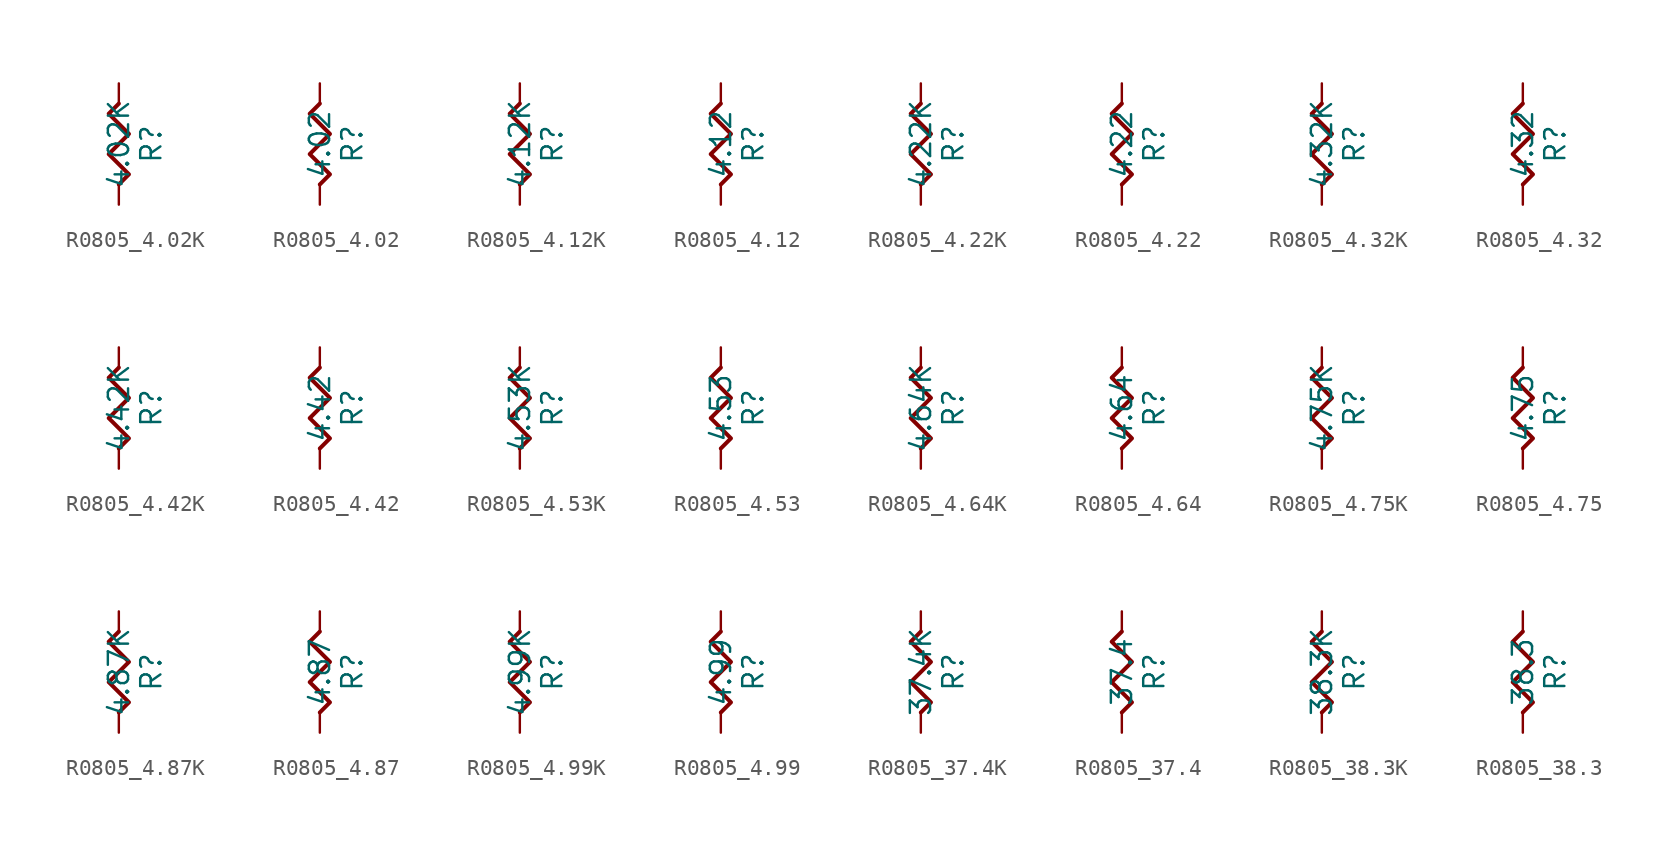
<source format=kicad_sym>
(kicad_symbol_lib
  (version 20211014)
  (generator atlantix-eda)
  (symbol "R0805_4.02K"
    (pin_numbers hide)
    (pin_names
      (offset 0))
    (property "Reference" "R"
      (at 2.032 0 90)
      (effects (font (size 1.27 1.27))))
    (property "Value" "4.02K"
      (at 0 0 90)
      (effects (font (size 1.27 1.27))))
    (symbol "R0805_4.02K_0_1"
      (polyline (pts (xy 0 -2.54) (xy 0.635 -1.905) (xy -0.635 -0.635) (xy 0.635 0.635) (xy -0.635 1.905) (xy 0 2.54)) (stroke (width 0.254) (type default) (color 0 0 0 0)) (fill (type none))))
    (symbol "R0805_4.02K_1_1"
      (pin passive line (at 0 3.81 270) (length 1.27) (name "~" (effects (font (size 1.27 1.27)))) (number "1" (effects (font (size 1.27 1.27)))))
      (pin passive line (at 0 -3.81 90) (length 1.27) (name "~" (effects (font (size 1.27 1.27)))) (number "2" (effects (font (size 1.27 1.27)))))))
  (symbol "R0805_4.02"
    (pin_numbers hide)
    (pin_names
      (offset 0))
    (property "Reference" "R"
      (at 2.032 0 90)
      (effects (font (size 1.27 1.27))))
    (property "Value" "4.02"
      (at 0 0 90)
      (effects (font (size 1.27 1.27))))
    (symbol "R0805_4.02_0_1"
      (polyline (pts (xy 0 -2.54) (xy 0.635 -1.905) (xy -0.635 -0.635) (xy 0.635 0.635) (xy -0.635 1.905) (xy 0 2.54)) (stroke (width 0.254) (type default) (color 0 0 0 0)) (fill (type none))))
    (symbol "R0805_4.02_1_1"
      (pin passive line (at 0 3.81 270) (length 1.27) (name "~" (effects (font (size 1.27 1.27)))) (number "1" (effects (font (size 1.27 1.27)))))
      (pin passive line (at 0 -3.81 90) (length 1.27) (name "~" (effects (font (size 1.27 1.27)))) (number "2" (effects (font (size 1.27 1.27)))))))
  (symbol "R0805_4.12K"
    (pin_numbers hide)
    (pin_names
      (offset 0))
    (property "Reference" "R"
      (at 2.032 0 90)
      (effects (font (size 1.27 1.27))))
    (property "Value" "4.12K"
      (at 0 0 90)
      (effects (font (size 1.27 1.27))))
    (symbol "R0805_4.12K_0_1"
      (polyline (pts (xy 0 -2.54) (xy 0.635 -1.905) (xy -0.635 -0.635) (xy 0.635 0.635) (xy -0.635 1.905) (xy 0 2.54)) (stroke (width 0.254) (type default) (color 0 0 0 0)) (fill (type none))))
    (symbol "R0805_4.12K_1_1"
      (pin passive line (at 0 3.81 270) (length 1.27) (name "~" (effects (font (size 1.27 1.27)))) (number "1" (effects (font (size 1.27 1.27)))))
      (pin passive line (at 0 -3.81 90) (length 1.27) (name "~" (effects (font (size 1.27 1.27)))) (number "2" (effects (font (size 1.27 1.27)))))))
  (symbol "R0805_4.12"
    (pin_numbers hide)
    (pin_names
      (offset 0))
    (property "Reference" "R"
      (at 2.032 0 90)
      (effects (font (size 1.27 1.27))))
    (property "Value" "4.12"
      (at 0 0 90)
      (effects (font (size 1.27 1.27))))
    (symbol "R0805_4.12_0_1"
      (polyline (pts (xy 0 -2.54) (xy 0.635 -1.905) (xy -0.635 -0.635) (xy 0.635 0.635) (xy -0.635 1.905) (xy 0 2.54)) (stroke (width 0.254) (type default) (color 0 0 0 0)) (fill (type none))))
    (symbol "R0805_4.12_1_1"
      (pin passive line (at 0 3.81 270) (length 1.27) (name "~" (effects (font (size 1.27 1.27)))) (number "1" (effects (font (size 1.27 1.27)))))
      (pin passive line (at 0 -3.81 90) (length 1.27) (name "~" (effects (font (size 1.27 1.27)))) (number "2" (effects (font (size 1.27 1.27)))))))
  (symbol "R0805_4.22K"
    (pin_numbers hide)
    (pin_names
      (offset 0))
    (property "Reference" "R"
      (at 2.032 0 90)
      (effects (font (size 1.27 1.27))))
    (property "Value" "4.22K"
      (at 0 0 90)
      (effects (font (size 1.27 1.27))))
    (symbol "R0805_4.22K_0_1"
      (polyline (pts (xy 0 -2.54) (xy 0.635 -1.905) (xy -0.635 -0.635) (xy 0.635 0.635) (xy -0.635 1.905) (xy 0 2.54)) (stroke (width 0.254) (type default) (color 0 0 0 0)) (fill (type none))))
    (symbol "R0805_4.22K_1_1"
      (pin passive line (at 0 3.81 270) (length 1.27) (name "~" (effects (font (size 1.27 1.27)))) (number "1" (effects (font (size 1.27 1.27)))))
      (pin passive line (at 0 -3.81 90) (length 1.27) (name "~" (effects (font (size 1.27 1.27)))) (number "2" (effects (font (size 1.27 1.27)))))))
  (symbol "R0805_4.22"
    (pin_numbers hide)
    (pin_names
      (offset 0))
    (property "Reference" "R"
      (at 2.032 0 90)
      (effects (font (size 1.27 1.27))))
    (property "Value" "4.22"
      (at 0 0 90)
      (effects (font (size 1.27 1.27))))
    (symbol "R0805_4.22_0_1"
      (polyline (pts (xy 0 -2.54) (xy 0.635 -1.905) (xy -0.635 -0.635) (xy 0.635 0.635) (xy -0.635 1.905) (xy 0 2.54)) (stroke (width 0.254) (type default) (color 0 0 0 0)) (fill (type none))))
    (symbol "R0805_4.22_1_1"
      (pin passive line (at 0 3.81 270) (length 1.27) (name "~" (effects (font (size 1.27 1.27)))) (number "1" (effects (font (size 1.27 1.27)))))
      (pin passive line (at 0 -3.81 90) (length 1.27) (name "~" (effects (font (size 1.27 1.27)))) (number "2" (effects (font (size 1.27 1.27)))))))
  (symbol "R0805_4.32K"
    (pin_numbers hide)
    (pin_names
      (offset 0))
    (property "Reference" "R"
      (at 2.032 0 90)
      (effects (font (size 1.27 1.27))))
    (property "Value" "4.32K"
      (at 0 0 90)
      (effects (font (size 1.27 1.27))))
    (symbol "R0805_4.32K_0_1"
      (polyline (pts (xy 0 -2.54) (xy 0.635 -1.905) (xy -0.635 -0.635) (xy 0.635 0.635) (xy -0.635 1.905) (xy 0 2.54)) (stroke (width 0.254) (type default) (color 0 0 0 0)) (fill (type none))))
    (symbol "R0805_4.32K_1_1"
      (pin passive line (at 0 3.81 270) (length 1.27) (name "~" (effects (font (size 1.27 1.27)))) (number "1" (effects (font (size 1.27 1.27)))))
      (pin passive line (at 0 -3.81 90) (length 1.27) (name "~" (effects (font (size 1.27 1.27)))) (number "2" (effects (font (size 1.27 1.27)))))))
  (symbol "R0805_4.32"
    (pin_numbers hide)
    (pin_names
      (offset 0))
    (property "Reference" "R"
      (at 2.032 0 90)
      (effects (font (size 1.27 1.27))))
    (property "Value" "4.32"
      (at 0 0 90)
      (effects (font (size 1.27 1.27))))
    (symbol "R0805_4.32_0_1"
      (polyline (pts (xy 0 -2.54) (xy 0.635 -1.905) (xy -0.635 -0.635) (xy 0.635 0.635) (xy -0.635 1.905) (xy 0 2.54)) (stroke (width 0.254) (type default) (color 0 0 0 0)) (fill (type none))))
    (symbol "R0805_4.32_1_1"
      (pin passive line (at 0 3.81 270) (length 1.27) (name "~" (effects (font (size 1.27 1.27)))) (number "1" (effects (font (size 1.27 1.27)))))
      (pin passive line (at 0 -3.81 90) (length 1.27) (name "~" (effects (font (size 1.27 1.27)))) (number "2" (effects (font (size 1.27 1.27)))))))
  (symbol "R0805_4.42K"
    (pin_numbers hide)
    (pin_names
      (offset 0))
    (property "Reference" "R"
      (at 2.032 0 90)
      (effects (font (size 1.27 1.27))))
    (property "Value" "4.42K"
      (at 0 0 90)
      (effects (font (size 1.27 1.27))))
    (symbol "R0805_4.42K_0_1"
      (polyline (pts (xy 0 -2.54) (xy 0.635 -1.905) (xy -0.635 -0.635) (xy 0.635 0.635) (xy -0.635 1.905) (xy 0 2.54)) (stroke (width 0.254) (type default) (color 0 0 0 0)) (fill (type none))))
    (symbol "R0805_4.42K_1_1"
      (pin passive line (at 0 3.81 270) (length 1.27) (name "~" (effects (font (size 1.27 1.27)))) (number "1" (effects (font (size 1.27 1.27)))))
      (pin passive line (at 0 -3.81 90) (length 1.27) (name "~" (effects (font (size 1.27 1.27)))) (number "2" (effects (font (size 1.27 1.27)))))))
  (symbol "R0805_4.42"
    (pin_numbers hide)
    (pin_names
      (offset 0))
    (property "Reference" "R"
      (at 2.032 0 90)
      (effects (font (size 1.27 1.27))))
    (property "Value" "4.42"
      (at 0 0 90)
      (effects (font (size 1.27 1.27))))
    (symbol "R0805_4.42_0_1"
      (polyline (pts (xy 0 -2.54) (xy 0.635 -1.905) (xy -0.635 -0.635) (xy 0.635 0.635) (xy -0.635 1.905) (xy 0 2.54)) (stroke (width 0.254) (type default) (color 0 0 0 0)) (fill (type none))))
    (symbol "R0805_4.42_1_1"
      (pin passive line (at 0 3.81 270) (length 1.27) (name "~" (effects (font (size 1.27 1.27)))) (number "1" (effects (font (size 1.27 1.27)))))
      (pin passive line (at 0 -3.81 90) (length 1.27) (name "~" (effects (font (size 1.27 1.27)))) (number "2" (effects (font (size 1.27 1.27)))))))
  (symbol "R0805_4.53K"
    (pin_numbers hide)
    (pin_names
      (offset 0))
    (property "Reference" "R"
      (at 2.032 0 90)
      (effects (font (size 1.27 1.27))))
    (property "Value" "4.53K"
      (at 0 0 90)
      (effects (font (size 1.27 1.27))))
    (symbol "R0805_4.53K_0_1"
      (polyline (pts (xy 0 -2.54) (xy 0.635 -1.905) (xy -0.635 -0.635) (xy 0.635 0.635) (xy -0.635 1.905) (xy 0 2.54)) (stroke (width 0.254) (type default) (color 0 0 0 0)) (fill (type none))))
    (symbol "R0805_4.53K_1_1"
      (pin passive line (at 0 3.81 270) (length 1.27) (name "~" (effects (font (size 1.27 1.27)))) (number "1" (effects (font (size 1.27 1.27)))))
      (pin passive line (at 0 -3.81 90) (length 1.27) (name "~" (effects (font (size 1.27 1.27)))) (number "2" (effects (font (size 1.27 1.27)))))))
  (symbol "R0805_4.53"
    (pin_numbers hide)
    (pin_names
      (offset 0))
    (property "Reference" "R"
      (at 2.032 0 90)
      (effects (font (size 1.27 1.27))))
    (property "Value" "4.53"
      (at 0 0 90)
      (effects (font (size 1.27 1.27))))
    (symbol "R0805_4.53_0_1"
      (polyline (pts (xy 0 -2.54) (xy 0.635 -1.905) (xy -0.635 -0.635) (xy 0.635 0.635) (xy -0.635 1.905) (xy 0 2.54)) (stroke (width 0.254) (type default) (color 0 0 0 0)) (fill (type none))))
    (symbol "R0805_4.53_1_1"
      (pin passive line (at 0 3.81 270) (length 1.27) (name "~" (effects (font (size 1.27 1.27)))) (number "1" (effects (font (size 1.27 1.27)))))
      (pin passive line (at 0 -3.81 90) (length 1.27) (name "~" (effects (font (size 1.27 1.27)))) (number "2" (effects (font (size 1.27 1.27)))))))
  (symbol "R0805_4.64K"
    (pin_numbers hide)
    (pin_names
      (offset 0))
    (property "Reference" "R"
      (at 2.032 0 90)
      (effects (font (size 1.27 1.27))))
    (property "Value" "4.64K"
      (at 0 0 90)
      (effects (font (size 1.27 1.27))))
    (symbol "R0805_4.64K_0_1"
      (polyline (pts (xy 0 -2.54) (xy 0.635 -1.905) (xy -0.635 -0.635) (xy 0.635 0.635) (xy -0.635 1.905) (xy 0 2.54)) (stroke (width 0.254) (type default) (color 0 0 0 0)) (fill (type none))))
    (symbol "R0805_4.64K_1_1"
      (pin passive line (at 0 3.81 270) (length 1.27) (name "~" (effects (font (size 1.27 1.27)))) (number "1" (effects (font (size 1.27 1.27)))))
      (pin passive line (at 0 -3.81 90) (length 1.27) (name "~" (effects (font (size 1.27 1.27)))) (number "2" (effects (font (size 1.27 1.27)))))))
  (symbol "R0805_4.64"
    (pin_numbers hide)
    (pin_names
      (offset 0))
    (property "Reference" "R"
      (at 2.032 0 90)
      (effects (font (size 1.27 1.27))))
    (property "Value" "4.64"
      (at 0 0 90)
      (effects (font (size 1.27 1.27))))
    (symbol "R0805_4.64_0_1"
      (polyline (pts (xy 0 -2.54) (xy 0.635 -1.905) (xy -0.635 -0.635) (xy 0.635 0.635) (xy -0.635 1.905) (xy 0 2.54)) (stroke (width 0.254) (type default) (color 0 0 0 0)) (fill (type none))))
    (symbol "R0805_4.64_1_1"
      (pin passive line (at 0 3.81 270) (length 1.27) (name "~" (effects (font (size 1.27 1.27)))) (number "1" (effects (font (size 1.27 1.27)))))
      (pin passive line (at 0 -3.81 90) (length 1.27) (name "~" (effects (font (size 1.27 1.27)))) (number "2" (effects (font (size 1.27 1.27)))))))
  (symbol "R0805_4.75K"
    (pin_numbers hide)
    (pin_names
      (offset 0))
    (property "Reference" "R"
      (at 2.032 0 90)
      (effects (font (size 1.27 1.27))))
    (property "Value" "4.75K"
      (at 0 0 90)
      (effects (font (size 1.27 1.27))))
    (symbol "R0805_4.75K_0_1"
      (polyline (pts (xy 0 -2.54) (xy 0.635 -1.905) (xy -0.635 -0.635) (xy 0.635 0.635) (xy -0.635 1.905) (xy 0 2.54)) (stroke (width 0.254) (type default) (color 0 0 0 0)) (fill (type none))))
    (symbol "R0805_4.75K_1_1"
      (pin passive line (at 0 3.81 270) (length 1.27) (name "~" (effects (font (size 1.27 1.27)))) (number "1" (effects (font (size 1.27 1.27)))))
      (pin passive line (at 0 -3.81 90) (length 1.27) (name "~" (effects (font (size 1.27 1.27)))) (number "2" (effects (font (size 1.27 1.27)))))))
  (symbol "R0805_4.75"
    (pin_numbers hide)
    (pin_names
      (offset 0))
    (property "Reference" "R"
      (at 2.032 0 90)
      (effects (font (size 1.27 1.27))))
    (property "Value" "4.75"
      (at 0 0 90)
      (effects (font (size 1.27 1.27))))
    (symbol "R0805_4.75_0_1"
      (polyline (pts (xy 0 -2.54) (xy 0.635 -1.905) (xy -0.635 -0.635) (xy 0.635 0.635) (xy -0.635 1.905) (xy 0 2.54)) (stroke (width 0.254) (type default) (color 0 0 0 0)) (fill (type none))))
    (symbol "R0805_4.75_1_1"
      (pin passive line (at 0 3.81 270) (length 1.27) (name "~" (effects (font (size 1.27 1.27)))) (number "1" (effects (font (size 1.27 1.27)))))
      (pin passive line (at 0 -3.81 90) (length 1.27) (name "~" (effects (font (size 1.27 1.27)))) (number "2" (effects (font (size 1.27 1.27)))))))
  (symbol "R0805_4.87K"
    (pin_numbers hide)
    (pin_names
      (offset 0))
    (property "Reference" "R"
      (at 2.032 0 90)
      (effects (font (size 1.27 1.27))))
    (property "Value" "4.87K"
      (at 0 0 90)
      (effects (font (size 1.27 1.27))))
    (symbol "R0805_4.87K_0_1"
      (polyline (pts (xy 0 -2.54) (xy 0.635 -1.905) (xy -0.635 -0.635) (xy 0.635 0.635) (xy -0.635 1.905) (xy 0 2.54)) (stroke (width 0.254) (type default) (color 0 0 0 0)) (fill (type none))))
    (symbol "R0805_4.87K_1_1"
      (pin passive line (at 0 3.81 270) (length 1.27) (name "~" (effects (font (size 1.27 1.27)))) (number "1" (effects (font (size 1.27 1.27)))))
      (pin passive line (at 0 -3.81 90) (length 1.27) (name "~" (effects (font (size 1.27 1.27)))) (number "2" (effects (font (size 1.27 1.27)))))))
  (symbol "R0805_4.87"
    (pin_numbers hide)
    (pin_names
      (offset 0))
    (property "Reference" "R"
      (at 2.032 0 90)
      (effects (font (size 1.27 1.27))))
    (property "Value" "4.87"
      (at 0 0 90)
      (effects (font (size 1.27 1.27))))
    (symbol "R0805_4.87_0_1"
      (polyline (pts (xy 0 -2.54) (xy 0.635 -1.905) (xy -0.635 -0.635) (xy 0.635 0.635) (xy -0.635 1.905) (xy 0 2.54)) (stroke (width 0.254) (type default) (color 0 0 0 0)) (fill (type none))))
    (symbol "R0805_4.87_1_1"
      (pin passive line (at 0 3.81 270) (length 1.27) (name "~" (effects (font (size 1.27 1.27)))) (number "1" (effects (font (size 1.27 1.27)))))
      (pin passive line (at 0 -3.81 90) (length 1.27) (name "~" (effects (font (size 1.27 1.27)))) (number "2" (effects (font (size 1.27 1.27)))))))
  (symbol "R0805_4.99K"
    (pin_numbers hide)
    (pin_names
      (offset 0))
    (property "Reference" "R"
      (at 2.032 0 90)
      (effects (font (size 1.27 1.27))))
    (property "Value" "4.99K"
      (at 0 0 90)
      (effects (font (size 1.27 1.27))))
    (symbol "R0805_4.99K_0_1"
      (polyline (pts (xy 0 -2.54) (xy 0.635 -1.905) (xy -0.635 -0.635) (xy 0.635 0.635) (xy -0.635 1.905) (xy 0 2.54)) (stroke (width 0.254) (type default) (color 0 0 0 0)) (fill (type none))))
    (symbol "R0805_4.99K_1_1"
      (pin passive line (at 0 3.81 270) (length 1.27) (name "~" (effects (font (size 1.27 1.27)))) (number "1" (effects (font (size 1.27 1.27)))))
      (pin passive line (at 0 -3.81 90) (length 1.27) (name "~" (effects (font (size 1.27 1.27)))) (number "2" (effects (font (size 1.27 1.27)))))))
  (symbol "R0805_4.99"
    (pin_numbers hide)
    (pin_names
      (offset 0))
    (property "Reference" "R"
      (at 2.032 0 90)
      (effects (font (size 1.27 1.27))))
    (property "Value" "4.99"
      (at 0 0 90)
      (effects (font (size 1.27 1.27))))
    (symbol "R0805_4.99_0_1"
      (polyline (pts (xy 0 -2.54) (xy 0.635 -1.905) (xy -0.635 -0.635) (xy 0.635 0.635) (xy -0.635 1.905) (xy 0 2.54)) (stroke (width 0.254) (type default) (color 0 0 0 0)) (fill (type none))))
    (symbol "R0805_4.99_1_1"
      (pin passive line (at 0 3.81 270) (length 1.27) (name "~" (effects (font (size 1.27 1.27)))) (number "1" (effects (font (size 1.27 1.27)))))
      (pin passive line (at 0 -3.81 90) (length 1.27) (name "~" (effects (font (size 1.27 1.27)))) (number "2" (effects (font (size 1.27 1.27)))))))
  (symbol "R0805_37.4K"
    (pin_numbers hide)
    (pin_names
      (offset 0))
    (property "Reference" "R"
      (at 2.032 0 90)
      (effects (font (size 1.27 1.27))))
    (property "Value" "37.4K"
      (at 0 0 90)
      (effects (font (size 1.27 1.27))))
    (symbol "R0805_37.4K_0_1"
      (polyline (pts (xy 0 -2.54) (xy 0.635 -1.905) (xy -0.635 -0.635) (xy 0.635 0.635) (xy -0.635 1.905) (xy 0 2.54)) (stroke (width 0.254) (type default) (color 0 0 0 0)) (fill (type none))))
    (symbol "R0805_37.4K_1_1"
      (pin passive line (at 0 3.81 270) (length 1.27) (name "~" (effects (font (size 1.27 1.27)))) (number "1" (effects (font (size 1.27 1.27)))))
      (pin passive line (at 0 -3.81 90) (length 1.27) (name "~" (effects (font (size 1.27 1.27)))) (number "2" (effects (font (size 1.27 1.27)))))))
  (symbol "R0805_37.4"
    (pin_numbers hide)
    (pin_names
      (offset 0))
    (property "Reference" "R"
      (at 2.032 0 90)
      (effects (font (size 1.27 1.27))))
    (property "Value" "37.4"
      (at 0 0 90)
      (effects (font (size 1.27 1.27))))
    (symbol "R0805_37.4_0_1"
      (polyline (pts (xy 0 -2.54) (xy 0.635 -1.905) (xy -0.635 -0.635) (xy 0.635 0.635) (xy -0.635 1.905) (xy 0 2.54)) (stroke (width 0.254) (type default) (color 0 0 0 0)) (fill (type none))))
    (symbol "R0805_37.4_1_1"
      (pin passive line (at 0 3.81 270) (length 1.27) (name "~" (effects (font (size 1.27 1.27)))) (number "1" (effects (font (size 1.27 1.27)))))
      (pin passive line (at 0 -3.81 90) (length 1.27) (name "~" (effects (font (size 1.27 1.27)))) (number "2" (effects (font (size 1.27 1.27)))))))
  (symbol "R0805_38.3K"
    (pin_numbers hide)
    (pin_names
      (offset 0))
    (property "Reference" "R"
      (at 2.032 0 90)
      (effects (font (size 1.27 1.27))))
    (property "Value" "38.3K"
      (at 0 0 90)
      (effects (font (size 1.27 1.27))))
    (symbol "R0805_38.3K_0_1"
      (polyline (pts (xy 0 -2.54) (xy 0.635 -1.905) (xy -0.635 -0.635) (xy 0.635 0.635) (xy -0.635 1.905) (xy 0 2.54)) (stroke (width 0.254) (type default) (color 0 0 0 0)) (fill (type none))))
    (symbol "R0805_38.3K_1_1"
      (pin passive line (at 0 3.81 270) (length 1.27) (name "~" (effects (font (size 1.27 1.27)))) (number "1" (effects (font (size 1.27 1.27)))))
      (pin passive line (at 0 -3.81 90) (length 1.27) (name "~" (effects (font (size 1.27 1.27)))) (number "2" (effects (font (size 1.27 1.27)))))))
  (symbol "R0805_38.3"
    (pin_numbers hide)
    (pin_names
      (offset 0))
    (property "Reference" "R"
      (at 2.032 0 90)
      (effects (font (size 1.27 1.27))))
    (property "Value" "38.3"
      (at 0 0 90)
      (effects (font (size 1.27 1.27))))
    (symbol "R0805_38.3_0_1"
      (polyline (pts (xy 0 -2.54) (xy 0.635 -1.905) (xy -0.635 -0.635) (xy 0.635 0.635) (xy -0.635 1.905) (xy 0 2.54)) (stroke (width 0.254) (type default) (color 0 0 0 0)) (fill (type none))))
    (symbol "R0805_38.3_1_1"
      (pin passive line (at 0 3.81 270) (length 1.27) (name "~" (effects (font (size 1.27 1.27)))) (number "1" (effects (font (size 1.27 1.27)))))
      (pin passive line (at 0 -3.81 90) (length 1.27) (name "~" (effects (font (size 1.27 1.27)))) (number "2" (effects (font (size 1.27 1.27))))))))
</source>
